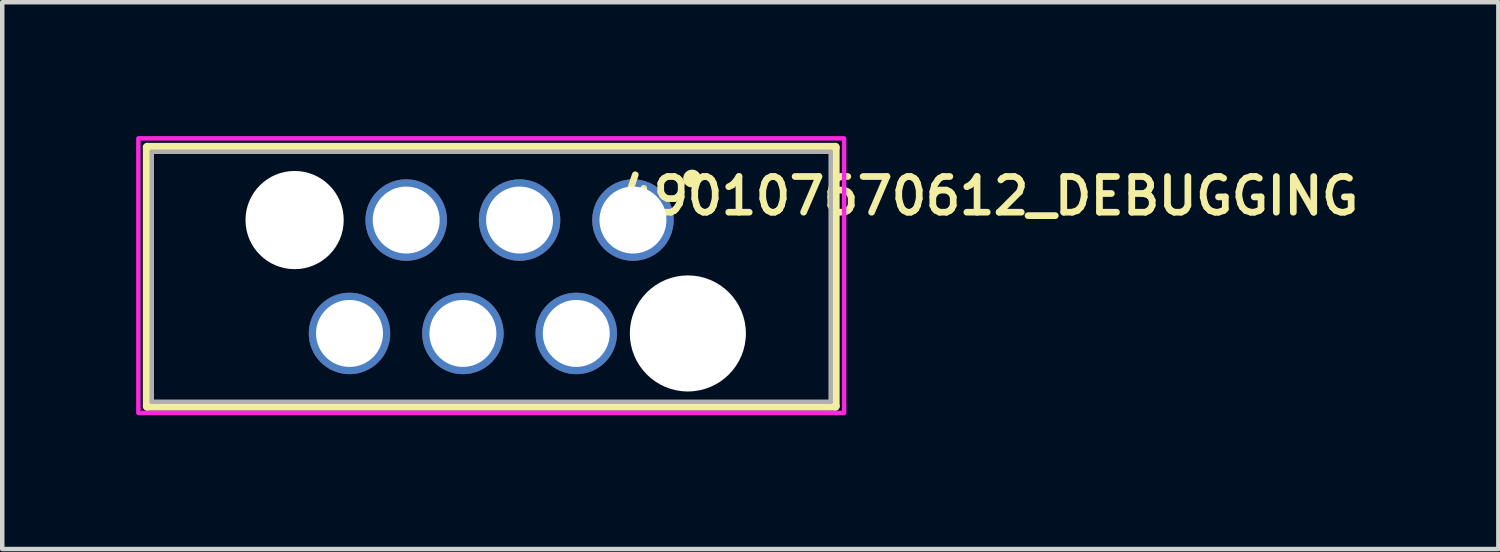
<source format=kicad_pcb>
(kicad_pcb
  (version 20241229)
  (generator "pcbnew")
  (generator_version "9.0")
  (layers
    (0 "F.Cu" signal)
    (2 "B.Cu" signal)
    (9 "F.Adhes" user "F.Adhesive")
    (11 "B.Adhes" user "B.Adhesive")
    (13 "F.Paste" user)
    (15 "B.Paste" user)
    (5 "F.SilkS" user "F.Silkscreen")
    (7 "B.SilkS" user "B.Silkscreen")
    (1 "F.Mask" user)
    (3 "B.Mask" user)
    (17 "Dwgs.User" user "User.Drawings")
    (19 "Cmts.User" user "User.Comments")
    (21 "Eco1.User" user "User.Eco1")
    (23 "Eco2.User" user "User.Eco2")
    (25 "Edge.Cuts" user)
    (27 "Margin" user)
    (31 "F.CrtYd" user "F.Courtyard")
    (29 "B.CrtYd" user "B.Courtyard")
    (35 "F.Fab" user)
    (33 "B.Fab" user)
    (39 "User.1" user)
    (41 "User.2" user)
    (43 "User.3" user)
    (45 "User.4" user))
  (footprint "490107670612_DEBUGGING"
    (layer "F.Cu")
    (at 7.955 3.15)
    (property "Reference" "490107670612_DEBUGGING" (at 11.15 -1.808 0) (layer "F.SilkS") (effects (font (size 0.8 0.8) (thickness 0.15))))
    (attr through_hole)
    (fp_line (start -7.705 -2.9) (end 7.705 -2.9) (stroke (width 0.2) (type solid)) (layer "F.SilkS"))
    (fp_line (start -7.705 2.9) (end -7.705 -2.9) (stroke (width 0.2) (type solid)) (layer "F.SilkS"))
    (fp_line (start 7.705 -2.9) (end 7.705 2.9) (stroke (width 0.2) (type solid)) (layer "F.SilkS"))
    (fp_line (start 7.705 2.9) (end -7.705 2.9) (stroke (width 0.2) (type solid)) (layer "F.SilkS"))
    (fp_circle (center 4.5 -2.2) (end 4.6 -2.2) (stroke (width 0.2) (type solid)) (fill no) (layer "F.SilkS"))
    (fp_poly (pts (xy -7.905 -3.1) (xy 7.905 -3.1) (xy 7.905 3.05) (xy -7.905 3.05)) (stroke (width 0.1) (type solid)) (fill no) (layer "F.CrtYd"))
    (fp_line (start -7.605 -2.8) (end 7.605 -2.8) (stroke (width 0.1) (type solid)) (layer "F.Fab"))
    (fp_line (start -7.605 2.8) (end -7.605 -2.8) (stroke (width 0.1) (type solid)) (layer "F.Fab"))
    (fp_line (start 7.605 -2.8) (end 7.605 2.8) (stroke (width 0.1) (type solid)) (layer "F.Fab"))
    (fp_line (start 7.605 2.8) (end -7.605 2.8) (stroke (width 0.1) (type solid)) (layer "F.Fab"))
    (pad "" np_thru_hole circle (at -4.405 -1.27) (size 2.2 2.2) (drill 2.2) (layers "*.Cu" "*.Mask"))
    (pad "" np_thru_hole circle (at 4.405 1.27) (size 2.6 2.6) (drill 2.6) (layers "*.Cu" "*.Mask"))
    (pad "1" thru_hole circle (at 3.175 -1.27) (size 1.825 1.825) (drill 1.5) (layers "*.Cu" "*.Mask"))
    (pad "2" thru_hole circle (at 1.905 1.27) (size 1.825 1.825) (drill 1.5) (layers "*.Cu" "*.Mask"))
    (pad "3" thru_hole circle (at 0.635 -1.27) (size 1.825 1.825) (drill 1.5) (layers "*.Cu" "*.Mask"))
    (pad "4" thru_hole circle (at -0.635 1.27) (size 1.825 1.825) (drill 1.5) (layers "*.Cu" "*.Mask"))
    (pad "5" thru_hole circle (at -1.905 -1.27) (size 1.825 1.825) (drill 1.5) (layers "*.Cu" "*.Mask"))
    (pad "6" thru_hole circle (at -3.175 1.27) (size 1.825 1.825) (drill 1.5) (layers "*.Cu" "*.Mask")))
  (gr_rect
    (start -3 -3)
    (end 30.517 9.25)
    (stroke (width 0.1) (type default))
    (fill no)
    (layer "Edge.Cuts")))
</source>
